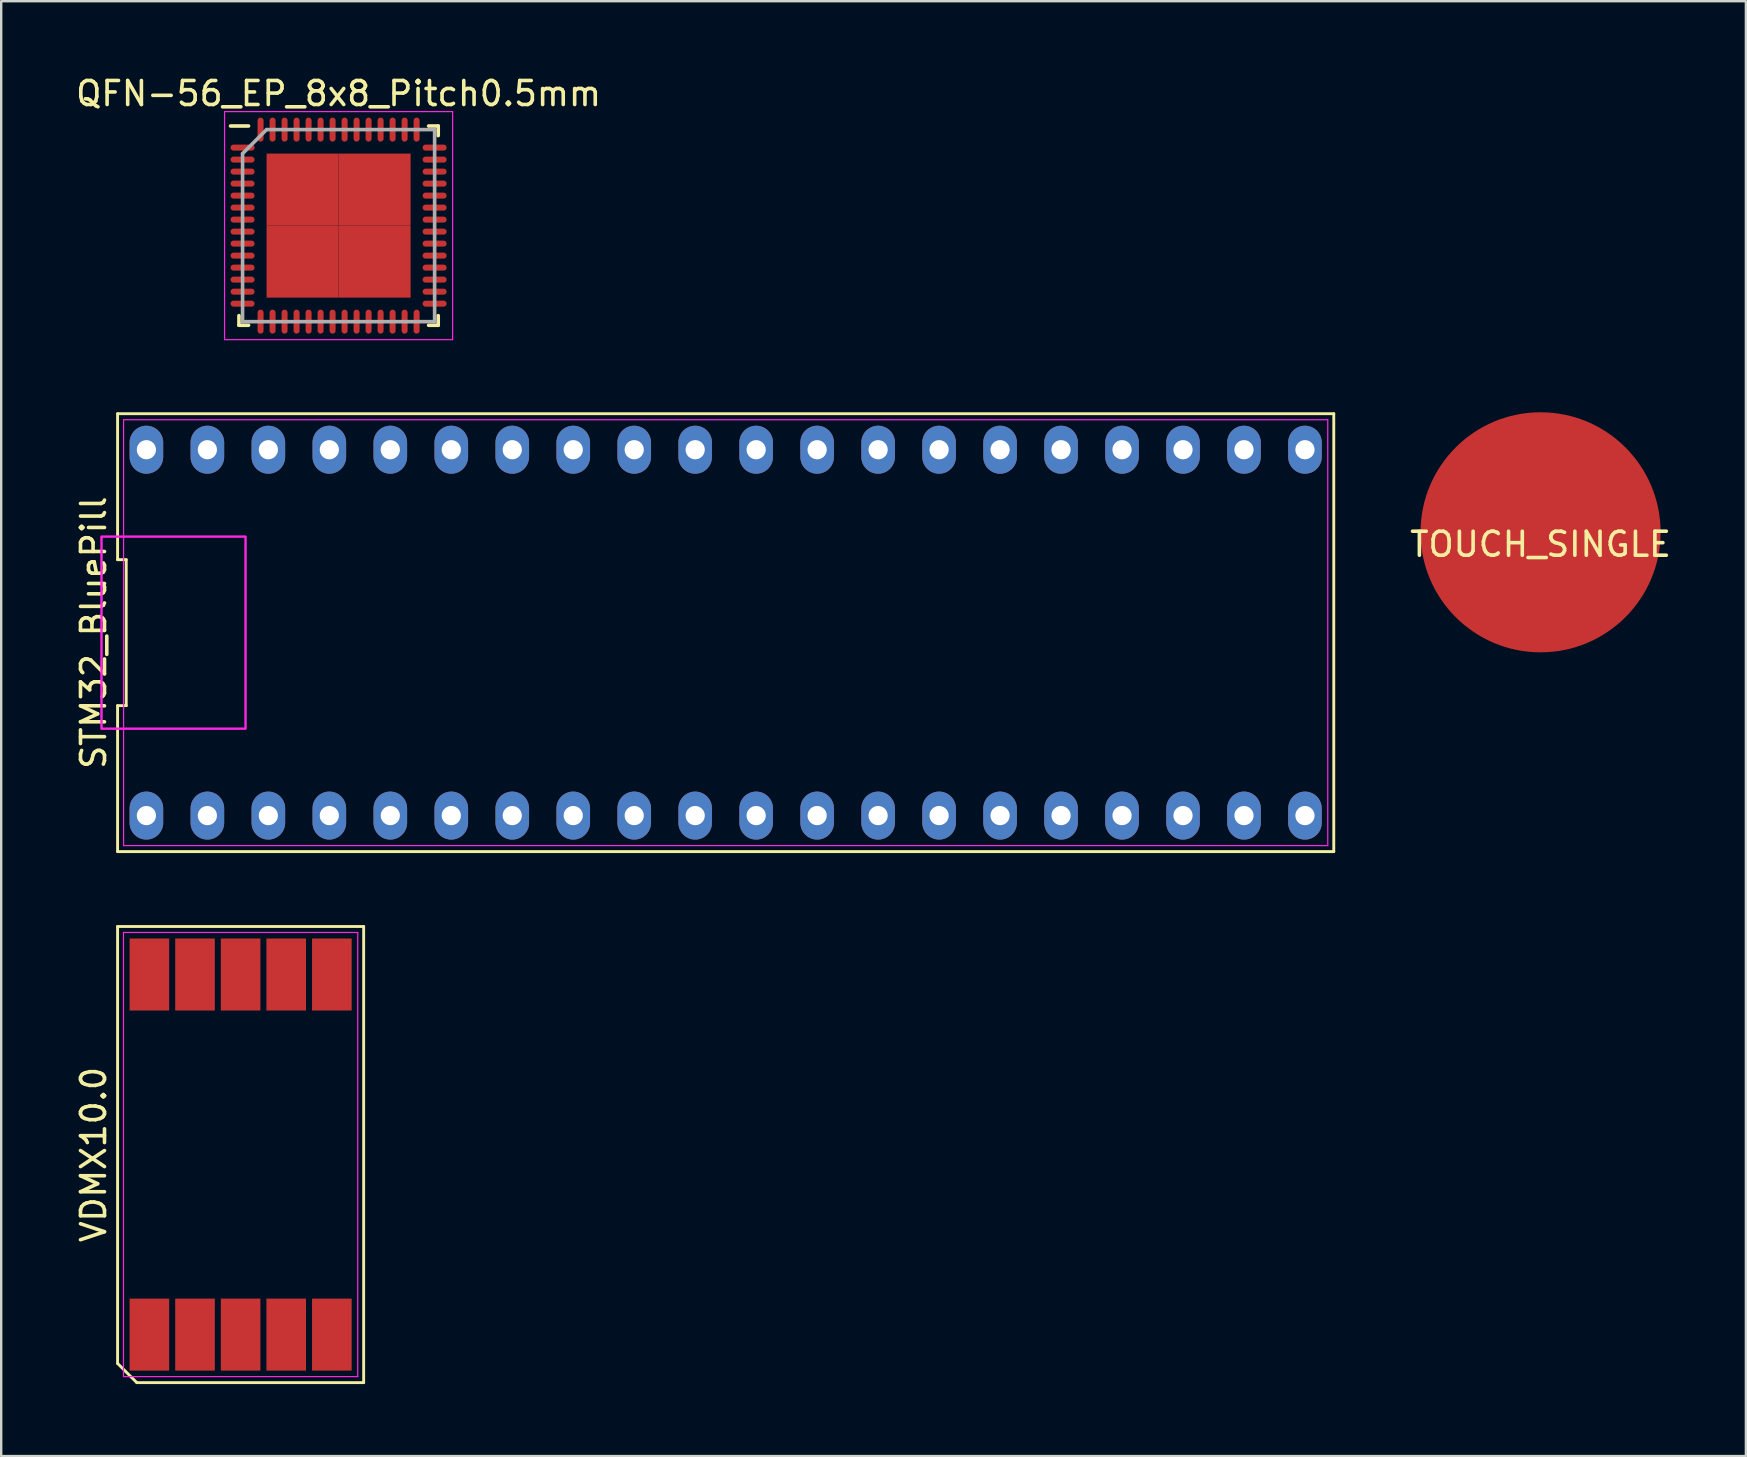
<source format=kicad_pcb>
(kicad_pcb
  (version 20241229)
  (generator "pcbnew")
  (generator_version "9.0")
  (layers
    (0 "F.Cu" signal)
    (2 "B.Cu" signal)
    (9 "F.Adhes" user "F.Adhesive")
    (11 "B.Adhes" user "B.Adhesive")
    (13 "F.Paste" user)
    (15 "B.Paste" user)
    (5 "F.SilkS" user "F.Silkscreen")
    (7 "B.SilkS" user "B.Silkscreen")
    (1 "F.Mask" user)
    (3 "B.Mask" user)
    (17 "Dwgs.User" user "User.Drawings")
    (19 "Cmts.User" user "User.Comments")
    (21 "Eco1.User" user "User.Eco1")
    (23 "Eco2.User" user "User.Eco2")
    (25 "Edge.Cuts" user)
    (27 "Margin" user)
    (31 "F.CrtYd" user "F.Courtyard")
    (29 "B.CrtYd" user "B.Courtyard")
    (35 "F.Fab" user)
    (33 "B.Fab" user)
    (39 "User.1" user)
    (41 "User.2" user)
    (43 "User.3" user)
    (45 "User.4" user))
  (footprint "VDMX10.0"
    (layer "F.Cu")
    (at 6.973 45.043)
    (property "Reference" "VDMX10.0" (at -6.125 0 90) (layer "F.SilkS") (effects (font (size 1 1) (thickness 0.15))))
    (attr smd)
    (fp_line (start -5.125 -9.5) (end 5.125 -9.5) (stroke (width 0.12) (type solid)) (layer "F.SilkS"))
    (fp_line (start -5.125 8.7) (end -5.125 -9.5) (stroke (width 0.12) (type solid)) (layer "F.SilkS"))
    (fp_line (start -4.325 9.5) (end -5.125 8.7) (stroke (width 0.12) (type solid)) (layer "F.SilkS"))
    (fp_line (start 5.125 -9.5) (end 5.125 9.5) (stroke (width 0.12) (type solid)) (layer "F.SilkS"))
    (fp_line (start 5.125 9.5) (end -4.325 9.5) (stroke (width 0.12) (type solid)) (layer "F.SilkS"))
    (fp_line (start -4.88 -9.25) (end 4.88 -9.25) (stroke (width 0.05) (type solid)) (layer "F.CrtYd"))
    (fp_line (start -4.88 9.25) (end -4.88 -9.25) (stroke (width 0.05) (type solid)) (layer "F.CrtYd"))
    (fp_line (start 4.88 -9.25) (end 4.88 9.25) (stroke (width 0.05) (type solid)) (layer "F.CrtYd"))
    (fp_line (start 4.88 9.25) (end -4.88 9.25) (stroke (width 0.05) (type solid)) (layer "F.CrtYd"))
    (pad "1" smd rect (at -3.8 7.5) (size 1.65 3) (layers "F.Cu" "F.Mask" "F.Paste"))
    (pad "2" smd rect (at -1.9 7.5) (size 1.65 3) (layers "F.Cu" "F.Mask" "F.Paste"))
    (pad "3" smd rect (at 0 7.5) (size 1.65 3) (layers "F.Cu" "F.Mask" "F.Paste"))
    (pad "4" smd rect (at 1.9 7.5) (size 1.65 3) (layers "F.Cu" "F.Mask" "F.Paste"))
    (pad "5" smd rect (at 3.8 7.5) (size 1.65 3) (layers "F.Cu" "F.Mask" "F.Paste"))
    (pad "6" smd rect (at 3.8 -7.5) (size 1.65 3) (layers "F.Cu" "F.Mask" "F.Paste"))
    (pad "7" smd rect (at 1.9 -7.5) (size 1.65 3) (layers "F.Cu" "F.Mask" "F.Paste"))
    (pad "8" smd rect (at 0 -7.5) (size 1.65 3) (layers "F.Cu" "F.Mask" "F.Paste"))
    (pad "9" smd rect (at -1.9 -7.5) (size 1.65 3) (layers "F.Cu" "F.Mask" "F.Paste"))
    (pad "10" smd rect (at -3.8 -7.5) (size 1.65 3) (layers "F.Cu" "F.Mask" "F.Paste")))
  (footprint "TOUCH_SINGLE"
    (layer "F.Cu")
    (at 61.122 19.123)
    (property "Reference" "TOUCH_SINGLE" (at 0 0.5 0) (layer "F.SilkS") (effects (font (size 1 1) (thickness 0.15))))
    (attr through_hole)
    (pad "1" smd circle (at 0 0) (size 10 10) (layers "F.Cu")))
  (footprint "STM32_BluePill"
    (layer "F.Cu")
    (at 27.178 23.303)
    (property "Reference" "STM32_BluePill" (at -26.33 0 90) (layer "F.SilkS") (effects (font (size 1 1) (thickness 0.15))))
    (attr through_hole)
    (fp_line (start -25.33 -9.12) (end -25.33 -3.04) (stroke (width 0.12) (type solid)) (layer "F.SilkS"))
    (fp_line (start -25.33 -3.04) (end -24.97 -3.04) (stroke (width 0.12) (type solid)) (layer "F.SilkS"))
    (fp_line (start -25.33 3.04) (end -25.33 9.12) (stroke (width 0.12) (type solid)) (layer "F.SilkS"))
    (fp_line (start -25.33 9.12) (end 25.33 9.12) (stroke (width 0.12) (type solid)) (layer "F.SilkS"))
    (fp_line (start -24.97 -3.04) (end -24.97 3.04) (stroke (width 0.12) (type solid)) (layer "F.SilkS"))
    (fp_line (start -24.97 3.04) (end -25.33 3.04) (stroke (width 0.12) (type solid)) (layer "F.SilkS"))
    (fp_line (start 25.33 -9.12) (end -25.33 -9.12) (stroke (width 0.12) (type solid)) (layer "F.SilkS"))
    (fp_line (start 25.33 9.12) (end 25.33 -9.12) (stroke (width 0.12) (type solid)) (layer "F.SilkS"))
    (fp_line (start -25.08 -8.87) (end 25.08 -8.87) (stroke (width 0.05) (type solid)) (layer "F.CrtYd"))
    (fp_line (start -25.08 8.87) (end -25.08 -8.87) (stroke (width 0.05) (type solid)) (layer "F.CrtYd"))
    (fp_line (start 25.08 -8.87) (end 25.08 8.87) (stroke (width 0.05) (type solid)) (layer "F.CrtYd"))
    (fp_line (start 25.08 8.87) (end -25.08 8.87) (stroke (width 0.05) (type solid)) (layer "F.CrtYd"))
    (fp_poly (pts (xy -20 4) (xy -26 4) (xy -26 -4) (xy -20 -4)) (stroke (width 0.1) (type solid)) (fill no) (layer "F.CrtYd"))
    (pad "1" thru_hole oval (at -24.13 7.62) (size 1.4 2) (drill 0.8) (layers "*.Cu" "*.Mask"))
    (pad "2" thru_hole oval (at -21.59 7.62) (size 1.4 2) (drill 0.8) (layers "*.Cu" "*.Mask"))
    (pad "3" thru_hole oval (at -19.05 7.62) (size 1.4 2) (drill 0.8) (layers "*.Cu" "*.Mask"))
    (pad "4" thru_hole oval (at -16.51 7.62) (size 1.4 2) (drill 0.8) (layers "*.Cu" "*.Mask"))
    (pad "5" thru_hole oval (at -13.97 7.62) (size 1.4 2) (drill 0.8) (layers "*.Cu" "*.Mask"))
    (pad "6" thru_hole oval (at -11.43 7.62) (size 1.4 2) (drill 0.8) (layers "*.Cu" "*.Mask"))
    (pad "7" thru_hole oval (at -8.89 7.62) (size 1.4 2) (drill 0.8) (layers "*.Cu" "*.Mask"))
    (pad "8" thru_hole oval (at -6.35 7.62) (size 1.4 2) (drill 0.8) (layers "*.Cu" "*.Mask"))
    (pad "9" thru_hole oval (at -3.81 7.62) (size 1.4 2) (drill 0.8) (layers "*.Cu" "*.Mask"))
    (pad "10" thru_hole oval (at -1.27 7.62) (size 1.4 2) (drill 0.8) (layers "*.Cu" "*.Mask"))
    (pad "11" thru_hole oval (at 1.27 7.62) (size 1.4 2) (drill 0.8) (layers "*.Cu" "*.Mask"))
    (pad "12" thru_hole oval (at 3.81 7.62) (size 1.4 2) (drill 0.8) (layers "*.Cu" "*.Mask"))
    (pad "13" thru_hole oval (at 6.35 7.62) (size 1.4 2) (drill 0.8) (layers "*.Cu" "*.Mask"))
    (pad "14" thru_hole oval (at 8.89 7.62) (size 1.4 2) (drill 0.8) (layers "*.Cu" "*.Mask"))
    (pad "15" thru_hole oval (at 11.43 7.62) (size 1.4 2) (drill 0.8) (layers "*.Cu" "*.Mask"))
    (pad "16" thru_hole oval (at 13.97 7.62) (size 1.4 2) (drill 0.8) (layers "*.Cu" "*.Mask"))
    (pad "17" thru_hole oval (at 16.51 7.62) (size 1.4 2) (drill 0.8) (layers "*.Cu" "*.Mask"))
    (pad "18" thru_hole oval (at 19.05 7.62) (size 1.4 2) (drill 0.8) (layers "*.Cu" "*.Mask"))
    (pad "19" thru_hole oval (at 21.59 7.62) (size 1.4 2) (drill 0.8) (layers "*.Cu" "*.Mask"))
    (pad "20" thru_hole oval (at 24.13 7.62) (size 1.4 2) (drill 0.8) (layers "*.Cu" "*.Mask"))
    (pad "21" thru_hole oval (at 24.13 -7.62) (size 1.4 2) (drill 0.8) (layers "*.Cu" "*.Mask"))
    (pad "22" thru_hole oval (at 21.59 -7.62) (size 1.4 2) (drill 0.8) (layers "*.Cu" "*.Mask"))
    (pad "23" thru_hole oval (at 19.05 -7.62) (size 1.4 2) (drill 0.8) (layers "*.Cu" "*.Mask"))
    (pad "24" thru_hole oval (at 16.51 -7.62) (size 1.4 2) (drill 0.8) (layers "*.Cu" "*.Mask"))
    (pad "25" thru_hole oval (at 13.97 -7.62) (size 1.4 2) (drill 0.8) (layers "*.Cu" "*.Mask"))
    (pad "26" thru_hole oval (at 11.43 -7.62) (size 1.4 2) (drill 0.8) (layers "*.Cu" "*.Mask"))
    (pad "27" thru_hole oval (at 8.89 -7.62) (size 1.4 2) (drill 0.8) (layers "*.Cu" "*.Mask"))
    (pad "28" thru_hole oval (at 6.35 -7.62) (size 1.4 2) (drill 0.8) (layers "*.Cu" "*.Mask"))
    (pad "29" thru_hole oval (at 3.81 -7.62) (size 1.4 2) (drill 0.8) (layers "*.Cu" "*.Mask"))
    (pad "30" thru_hole oval (at 1.27 -7.62) (size 1.4 2) (drill 0.8) (layers "*.Cu" "*.Mask"))
    (pad "31" thru_hole oval (at -1.27 -7.62) (size 1.4 2) (drill 0.8) (layers "*.Cu" "*.Mask"))
    (pad "32" thru_hole oval (at -3.81 -7.62) (size 1.4 2) (drill 0.8) (layers "*.Cu" "*.Mask"))
    (pad "33" thru_hole oval (at -6.35 -7.62) (size 1.4 2) (drill 0.8) (layers "*.Cu" "*.Mask"))
    (pad "34" thru_hole oval (at -8.89 -7.62) (size 1.4 2) (drill 0.8) (layers "*.Cu" "*.Mask"))
    (pad "35" thru_hole oval (at -11.43 -7.62) (size 1.4 2) (drill 0.8) (layers "*.Cu" "*.Mask"))
    (pad "36" thru_hole oval (at -13.97 -7.62) (size 1.4 2) (drill 0.8) (layers "*.Cu" "*.Mask"))
    (pad "37" thru_hole oval (at -16.51 -7.62) (size 1.4 2) (drill 0.8) (layers "*.Cu" "*.Mask"))
    (pad "38" thru_hole oval (at -19.05 -7.62) (size 1.4 2) (drill 0.8) (layers "*.Cu" "*.Mask"))
    (pad "39" thru_hole oval (at -21.59 -7.62) (size 1.4 2) (drill 0.8) (layers "*.Cu" "*.Mask"))
    (pad "40" thru_hole oval (at -24.13 -7.62) (size 1.4 2) (drill 0.8) (layers "*.Cu" "*.Mask")))
  (footprint "QFN-56_EP_8x8_Pitch0.5mm"
    (layer "F.Cu")
    (at 11.054 6.348)
    (property "Reference" "QFN-56_EP_8x8_Pitch0.5mm" (at 0 -5.5 0) (layer "F.SilkS") (effects (font (size 1 1) (thickness 0.15))))
    (attr smd)
    (fp_line (start -4.15 4.15) (end -4.15 3.75) (stroke (width 0.15) (type solid)) (layer "F.SilkS"))
    (fp_line (start -3.75 -4.15) (end -4.5 -4.15) (stroke (width 0.15) (type solid)) (layer "F.SilkS"))
    (fp_line (start -3.75 4.15) (end -4.15 4.15) (stroke (width 0.15) (type solid)) (layer "F.SilkS"))
    (fp_line (start 3.75 -4.15) (end 4.15 -4.15) (stroke (width 0.15) (type solid)) (layer "F.SilkS"))
    (fp_line (start 3.75 4.15) (end 4.15 4.15) (stroke (width 0.15) (type solid)) (layer "F.SilkS"))
    (fp_line (start 4.15 -4.15) (end 4.15 -3.75) (stroke (width 0.15) (type solid)) (layer "F.SilkS"))
    (fp_line (start 4.15 4.15) (end 4.15 3.75) (stroke (width 0.15) (type solid)) (layer "F.SilkS"))
    (fp_line (start -4.75 -4.75) (end 4.75 -4.75) (stroke (width 0.05) (type solid)) (layer "F.CrtYd"))
    (fp_line (start -4.75 4.75) (end -4.75 -4.75) (stroke (width 0.05) (type solid)) (layer "F.CrtYd"))
    (fp_line (start 4.75 -4.75) (end 4.75 4.75) (stroke (width 0.05) (type solid)) (layer "F.CrtYd"))
    (fp_line (start 4.75 4.75) (end -4.75 4.75) (stroke (width 0.05) (type solid)) (layer "F.CrtYd"))
    (fp_line (start -4 -3) (end -4 4) (stroke (width 0.15) (type solid)) (layer "F.Fab"))
    (fp_line (start -4 4) (end 4 4) (stroke (width 0.15) (type solid)) (layer "F.Fab"))
    (fp_line (start -3 -4) (end -4 -3) (stroke (width 0.15) (type solid)) (layer "F.Fab"))
    (fp_line (start 4 -4) (end -3 -4) (stroke (width 0.15) (type solid)) (layer "F.Fab"))
    (fp_line (start 4 4) (end 4 -4) (stroke (width 0.15) (type solid)) (layer "F.Fab"))
    (pad "1" smd oval (at -4 -3.25 90) (size 0.25 1) (layers "F.Cu" "F.Mask" "F.Paste"))
    (pad "2" smd oval (at -4 -2.75 90) (size 0.25 1) (layers "F.Cu" "F.Mask" "F.Paste"))
    (pad "3" smd oval (at -4 -2.25 90) (size 0.25 1) (layers "F.Cu" "F.Mask" "F.Paste"))
    (pad "4" smd oval (at -4 -1.75 90) (size 0.25 1) (layers "F.Cu" "F.Mask" "F.Paste"))
    (pad "5" smd oval (at -4 -1.25 90) (size 0.25 1) (layers "F.Cu" "F.Mask" "F.Paste"))
    (pad "6" smd oval (at -4 -0.75 90) (size 0.25 1) (layers "F.Cu" "F.Mask" "F.Paste"))
    (pad "7" smd oval (at -4 -0.25 90) (size 0.25 1) (layers "F.Cu" "F.Mask" "F.Paste"))
    (pad "8" smd oval (at -4 0.25 90) (size 0.25 1) (layers "F.Cu" "F.Mask" "F.Paste"))
    (pad "9" smd oval (at -4 0.75 90) (size 0.25 1) (layers "F.Cu" "F.Mask" "F.Paste"))
    (pad "10" smd oval (at -4 1.25 90) (size 0.25 1) (layers "F.Cu" "F.Mask" "F.Paste"))
    (pad "11" smd oval (at -4 1.75 90) (size 0.25 1) (layers "F.Cu" "F.Mask" "F.Paste"))
    (pad "12" smd oval (at -4 2.25 90) (size 0.25 1) (layers "F.Cu" "F.Mask" "F.Paste"))
    (pad "13" smd oval (at -4 2.75 90) (size 0.25 1) (layers "F.Cu" "F.Mask" "F.Paste"))
    (pad "14" smd oval (at -4 3.25 90) (size 0.25 1) (layers "F.Cu" "F.Mask" "F.Paste"))
    (pad "15" smd oval (at -3.25 4) (size 0.25 1) (layers "F.Cu" "F.Mask" "F.Paste"))
    (pad "16" smd oval (at -2.75 4) (size 0.25 1) (layers "F.Cu" "F.Mask" "F.Paste"))
    (pad "17" smd oval (at -2.25 4) (size 0.25 1) (layers "F.Cu" "F.Mask" "F.Paste"))
    (pad "18" smd oval (at -1.75 4) (size 0.25 1) (layers "F.Cu" "F.Mask" "F.Paste"))
    (pad "19" smd oval (at -1.25 4) (size 0.25 1) (layers "F.Cu" "F.Mask" "F.Paste"))
    (pad "20" smd oval (at -0.75 4) (size 0.25 1) (layers "F.Cu" "F.Mask" "F.Paste"))
    (pad "21" smd oval (at -0.25 4) (size 0.25 1) (layers "F.Cu" "F.Mask" "F.Paste"))
    (pad "22" smd oval (at 0.25 4) (size 0.25 1) (layers "F.Cu" "F.Mask" "F.Paste"))
    (pad "23" smd oval (at 0.75 4) (size 0.25 1) (layers "F.Cu" "F.Mask" "F.Paste"))
    (pad "24" smd oval (at 1.25 4) (size 0.25 1) (layers "F.Cu" "F.Mask" "F.Paste"))
    (pad "25" smd oval (at 1.75 4) (size 0.25 1) (layers "F.Cu" "F.Mask" "F.Paste"))
    (pad "26" smd oval (at 2.25 4) (size 0.25 1) (layers "F.Cu" "F.Mask" "F.Paste"))
    (pad "27" smd oval (at 2.75 4) (size 0.25 1) (layers "F.Cu" "F.Mask" "F.Paste"))
    (pad "28" smd oval (at 3.25 4) (size 0.25 1) (layers "F.Cu" "F.Mask" "F.Paste"))
    (pad "29" smd oval (at 4 3.25 90) (size 0.25 1) (layers "F.Cu" "F.Mask" "F.Paste"))
    (pad "30" smd oval (at 4 2.75 90) (size 0.25 1) (layers "F.Cu" "F.Mask" "F.Paste"))
    (pad "31" smd oval (at 4 2.25 90) (size 0.25 1) (layers "F.Cu" "F.Mask" "F.Paste"))
    (pad "32" smd oval (at 4 1.75 90) (size 0.25 1) (layers "F.Cu" "F.Mask" "F.Paste"))
    (pad "33" smd oval (at 4 1.25 90) (size 0.25 1) (layers "F.Cu" "F.Mask" "F.Paste"))
    (pad "34" smd oval (at 4 0.75 90) (size 0.25 1) (layers "F.Cu" "F.Mask" "F.Paste"))
    (pad "35" smd oval (at 4 0.25 90) (size 0.25 1) (layers "F.Cu" "F.Mask" "F.Paste"))
    (pad "36" smd oval (at 4 -0.25 90) (size 0.25 1) (layers "F.Cu" "F.Mask" "F.Paste"))
    (pad "37" smd oval (at 4 -0.75 90) (size 0.25 1) (layers "F.Cu" "F.Mask" "F.Paste"))
    (pad "38" smd oval (at 4 -1.25 90) (size 0.25 1) (layers "F.Cu" "F.Mask" "F.Paste"))
    (pad "39" smd oval (at 4 -1.75 90) (size 0.25 1) (layers "F.Cu" "F.Mask" "F.Paste"))
    (pad "40" smd oval (at 4 -2.25 90) (size 0.25 1) (layers "F.Cu" "F.Mask" "F.Paste"))
    (pad "41" smd oval (at 4 -2.75 90) (size 0.25 1) (layers "F.Cu" "F.Mask" "F.Paste"))
    (pad "42" smd oval (at 4 -3.25 90) (size 0.25 1) (layers "F.Cu" "F.Mask" "F.Paste"))
    (pad "43" smd oval (at 3.25 -4) (size 0.25 1) (layers "F.Cu" "F.Mask" "F.Paste"))
    (pad "44" smd oval (at 2.75 -4) (size 0.25 1) (layers "F.Cu" "F.Mask" "F.Paste"))
    (pad "45" smd rect (at -1.5 -1.5) (size 3 3) (layers "F.Cu" "F.Mask" "F.Paste"))
    (pad "45" smd rect (at -1.5 1.5) (size 3 3) (layers "F.Cu" "F.Mask" "F.Paste"))
    (pad "45" smd rect (at 1.5 -1.5) (size 3 3) (layers "F.Cu" "F.Mask" "F.Paste"))
    (pad "45" smd rect (at 1.5 1.5) (size 3 3) (layers "F.Cu" "F.Mask" "F.Paste"))
    (pad "45" smd oval (at 2.25 -4) (size 0.25 1) (layers "F.Cu" "F.Mask" "F.Paste"))
    (pad "46" smd oval (at 1.75 -4) (size 0.25 1) (layers "F.Cu" "F.Mask" "F.Paste"))
    (pad "47" smd oval (at 1.25 -4) (size 0.25 1) (layers "F.Cu" "F.Mask" "F.Paste"))
    (pad "48" smd oval (at 0.75 -4) (size 0.25 1) (layers "F.Cu" "F.Mask" "F.Paste"))
    (pad "49" smd oval (at 0.25 -4) (size 0.25 1) (layers "F.Cu" "F.Mask" "F.Paste"))
    (pad "50" smd oval (at -0.25 -4) (size 0.25 1) (layers "F.Cu" "F.Mask" "F.Paste"))
    (pad "51" smd oval (at -0.75 -4) (size 0.25 1) (layers "F.Cu" "F.Mask" "F.Paste"))
    (pad "52" smd oval (at -1.25 -4) (size 0.25 1) (layers "F.Cu" "F.Mask" "F.Paste"))
    (pad "53" smd oval (at -1.75 -4) (size 0.25 1) (layers "F.Cu" "F.Mask" "F.Paste"))
    (pad "54" smd oval (at -2.25 -4) (size 0.25 1) (layers "F.Cu" "F.Mask" "F.Paste"))
    (pad "55" smd oval (at -2.75 -4) (size 0.25 1) (layers "F.Cu" "F.Mask" "F.Paste"))
    (pad "56" smd oval (at -3.25 -4) (size 0.25 1) (layers "F.Cu" "F.Mask" "F.Paste")))
  (gr_rect
    (start -3 -3)
    (end 69.675 57.603)
    (stroke (width 0.1) (type default))
    (fill no)
    (layer "Edge.Cuts")))
</source>
